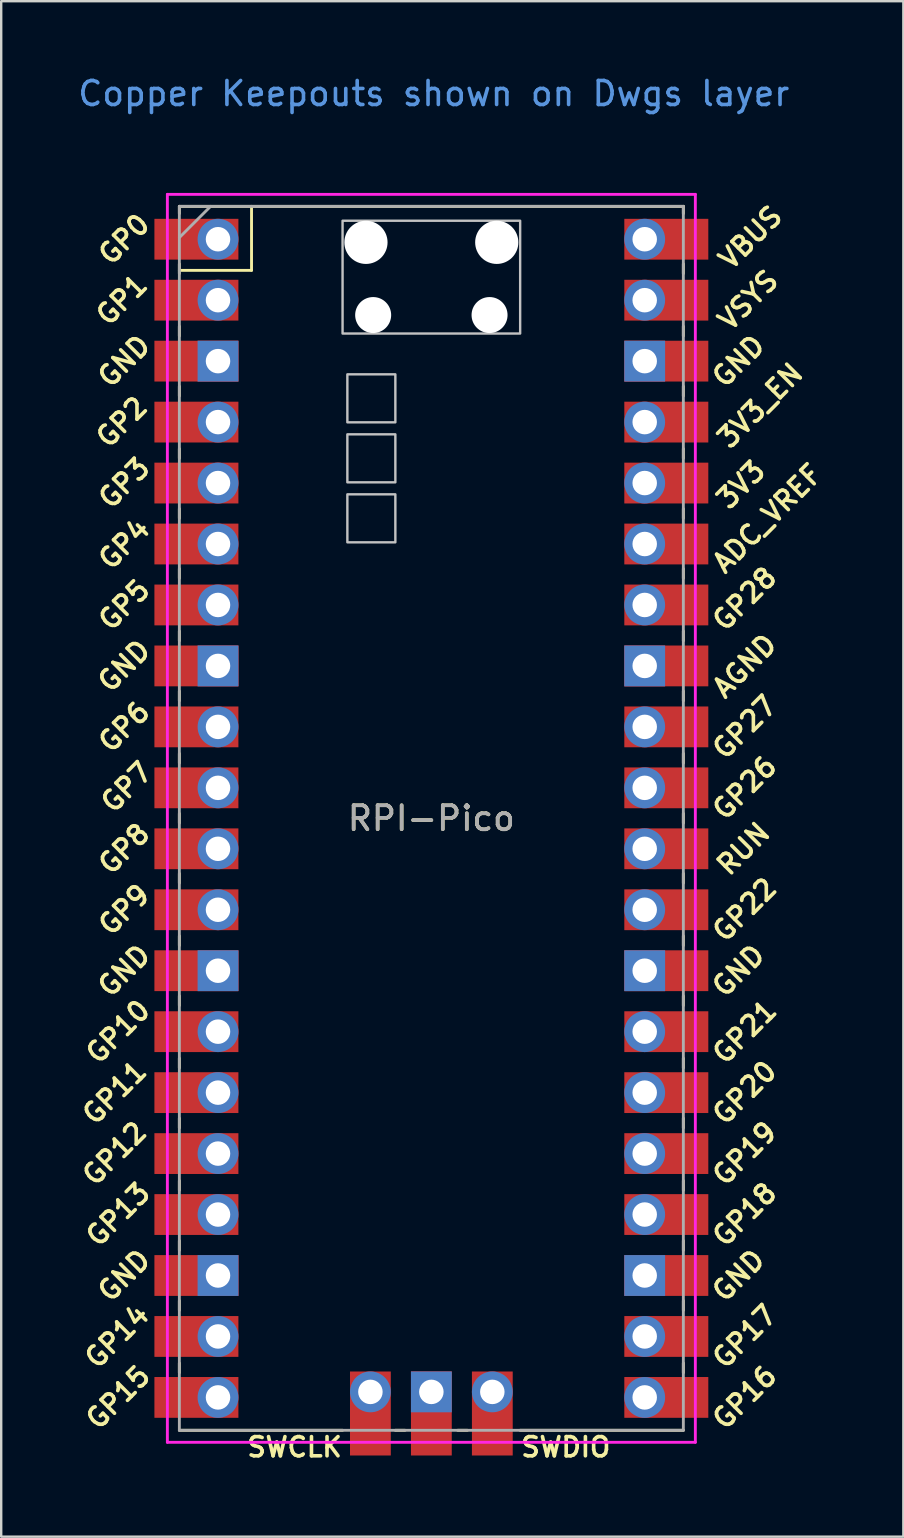
<source format=kicad_pcb>
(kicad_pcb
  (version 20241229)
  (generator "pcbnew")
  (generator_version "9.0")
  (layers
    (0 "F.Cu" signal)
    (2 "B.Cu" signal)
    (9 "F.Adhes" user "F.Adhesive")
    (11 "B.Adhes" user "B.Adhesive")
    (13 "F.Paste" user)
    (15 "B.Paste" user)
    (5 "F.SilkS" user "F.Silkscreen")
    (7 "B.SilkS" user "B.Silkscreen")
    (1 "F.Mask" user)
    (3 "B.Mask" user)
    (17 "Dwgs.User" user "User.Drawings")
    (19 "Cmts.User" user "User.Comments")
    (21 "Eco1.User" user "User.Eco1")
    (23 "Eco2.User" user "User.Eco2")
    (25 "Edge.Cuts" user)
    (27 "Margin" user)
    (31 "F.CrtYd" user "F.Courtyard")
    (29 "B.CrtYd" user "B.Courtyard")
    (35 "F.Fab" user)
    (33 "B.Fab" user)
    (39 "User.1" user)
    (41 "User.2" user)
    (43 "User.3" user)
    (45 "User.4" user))
  (footprint "RPI-Pico"
    (layer "F.Cu")
    (at 14.924 31.048)
    (property "Reference" "RPI-Pico" (at 0 0 0) (layer "F.SilkS") (effects (font (size 1 1) (thickness 0.15))))
    (attr through_hole)
    (fp_line (start -10.5 -25.5) (end -10.5 -25.2) (stroke (width 0.12) (type solid)) (layer "F.SilkS"))
    (fp_line (start -10.5 -25.5) (end 10.5 -25.5) (stroke (width 0.12) (type solid)) (layer "F.SilkS"))
    (fp_line (start -10.5 -23.1) (end -10.5 -22.7) (stroke (width 0.12) (type solid)) (layer "F.SilkS"))
    (fp_line (start -10.5 -22.833) (end -7.493 -22.833) (stroke (width 0.12) (type solid)) (layer "F.SilkS"))
    (fp_line (start -10.5 -20.5) (end -10.5 -20.1) (stroke (width 0.12) (type solid)) (layer "F.SilkS"))
    (fp_line (start -10.5 -18) (end -10.5 -17.6) (stroke (width 0.12) (type solid)) (layer "F.SilkS"))
    (fp_line (start -10.5 -15.4) (end -10.5 -15) (stroke (width 0.12) (type solid)) (layer "F.SilkS"))
    (fp_line (start -10.5 -12.9) (end -10.5 -12.5) (stroke (width 0.12) (type solid)) (layer "F.SilkS"))
    (fp_line (start -10.5 -10.4) (end -10.5 -10) (stroke (width 0.12) (type solid)) (layer "F.SilkS"))
    (fp_line (start -10.5 -7.8) (end -10.5 -7.4) (stroke (width 0.12) (type solid)) (layer "F.SilkS"))
    (fp_line (start -10.5 -5.3) (end -10.5 -4.9) (stroke (width 0.12) (type solid)) (layer "F.SilkS"))
    (fp_line (start -10.5 -2.7) (end -10.5 -2.3) (stroke (width 0.12) (type solid)) (layer "F.SilkS"))
    (fp_line (start -10.5 -0.2) (end -10.5 0.2) (stroke (width 0.12) (type solid)) (layer "F.SilkS"))
    (fp_line (start -10.5 2.3) (end -10.5 2.7) (stroke (width 0.12) (type solid)) (layer "F.SilkS"))
    (fp_line (start -10.5 4.9) (end -10.5 5.3) (stroke (width 0.12) (type solid)) (layer "F.SilkS"))
    (fp_line (start -10.5 7.4) (end -10.5 7.8) (stroke (width 0.12) (type solid)) (layer "F.SilkS"))
    (fp_line (start -10.5 10) (end -10.5 10.4) (stroke (width 0.12) (type solid)) (layer "F.SilkS"))
    (fp_line (start -10.5 12.5) (end -10.5 12.9) (stroke (width 0.12) (type solid)) (layer "F.SilkS"))
    (fp_line (start -10.5 15.1) (end -10.5 15.5) (stroke (width 0.12) (type solid)) (layer "F.SilkS"))
    (fp_line (start -10.5 17.6) (end -10.5 18) (stroke (width 0.12) (type solid)) (layer "F.SilkS"))
    (fp_line (start -10.5 20.1) (end -10.5 20.5) (stroke (width 0.12) (type solid)) (layer "F.SilkS"))
    (fp_line (start -10.5 22.7) (end -10.5 23.1) (stroke (width 0.12) (type solid)) (layer "F.SilkS"))
    (fp_line (start -7.493 -22.833) (end -7.493 -25.5) (stroke (width 0.12) (type solid)) (layer "F.SilkS"))
    (fp_line (start -3.7 25.5) (end -10.5 25.5) (stroke (width 0.12) (type solid)) (layer "F.SilkS"))
    (fp_line (start -1.5 25.5) (end -1.1 25.5) (stroke (width 0.12) (type solid)) (layer "F.SilkS"))
    (fp_line (start 1.1 25.5) (end 1.5 25.5) (stroke (width 0.12) (type solid)) (layer "F.SilkS"))
    (fp_line (start 10.5 -25.5) (end 10.5 -25.2) (stroke (width 0.12) (type solid)) (layer "F.SilkS"))
    (fp_line (start 10.5 -23.1) (end 10.5 -22.7) (stroke (width 0.12) (type solid)) (layer "F.SilkS"))
    (fp_line (start 10.5 -20.5) (end 10.5 -20.1) (stroke (width 0.12) (type solid)) (layer "F.SilkS"))
    (fp_line (start 10.5 -18) (end 10.5 -17.6) (stroke (width 0.12) (type solid)) (layer "F.SilkS"))
    (fp_line (start 10.5 -15.4) (end 10.5 -15) (stroke (width 0.12) (type solid)) (layer "F.SilkS"))
    (fp_line (start 10.5 -12.9) (end 10.5 -12.5) (stroke (width 0.12) (type solid)) (layer "F.SilkS"))
    (fp_line (start 10.5 -10.4) (end 10.5 -10) (stroke (width 0.12) (type solid)) (layer "F.SilkS"))
    (fp_line (start 10.5 -7.8) (end 10.5 -7.4) (stroke (width 0.12) (type solid)) (layer "F.SilkS"))
    (fp_line (start 10.5 -5.3) (end 10.5 -4.9) (stroke (width 0.12) (type solid)) (layer "F.SilkS"))
    (fp_line (start 10.5 -2.7) (end 10.5 -2.3) (stroke (width 0.12) (type solid)) (layer "F.SilkS"))
    (fp_line (start 10.5 -0.2) (end 10.5 0.2) (stroke (width 0.12) (type solid)) (layer "F.SilkS"))
    (fp_line (start 10.5 2.3) (end 10.5 2.7) (stroke (width 0.12) (type solid)) (layer "F.SilkS"))
    (fp_line (start 10.5 4.9) (end 10.5 5.3) (stroke (width 0.12) (type solid)) (layer "F.SilkS"))
    (fp_line (start 10.5 7.4) (end 10.5 7.8) (stroke (width 0.12) (type solid)) (layer "F.SilkS"))
    (fp_line (start 10.5 10) (end 10.5 10.4) (stroke (width 0.12) (type solid)) (layer "F.SilkS"))
    (fp_line (start 10.5 12.5) (end 10.5 12.9) (stroke (width 0.12) (type solid)) (layer "F.SilkS"))
    (fp_line (start 10.5 15.1) (end 10.5 15.5) (stroke (width 0.12) (type solid)) (layer "F.SilkS"))
    (fp_line (start 10.5 17.6) (end 10.5 18) (stroke (width 0.12) (type solid)) (layer "F.SilkS"))
    (fp_line (start 10.5 20.1) (end 10.5 20.5) (stroke (width 0.12) (type solid)) (layer "F.SilkS"))
    (fp_line (start 10.5 22.7) (end 10.5 23.1) (stroke (width 0.12) (type solid)) (layer "F.SilkS"))
    (fp_line (start 10.5 25.5) (end 3.7 25.5) (stroke (width 0.12) (type solid)) (layer "F.SilkS"))
    (fp_poly (pts (xy -1.5 -16.5) (xy -3.5 -16.5) (xy -3.5 -18.5) (xy -1.5 -18.5)) (stroke (width 0.1) (type solid)) (fill no) (layer "Dwgs.User"))
    (fp_poly (pts (xy -1.5 -14) (xy -3.5 -14) (xy -3.5 -16) (xy -1.5 -16)) (stroke (width 0.1) (type solid)) (fill no) (layer "Dwgs.User"))
    (fp_poly (pts (xy -1.5 -11.5) (xy -3.5 -11.5) (xy -3.5 -13.5) (xy -1.5 -13.5)) (stroke (width 0.1) (type solid)) (fill no) (layer "Dwgs.User"))
    (fp_poly (pts (xy 3.7 -20.2) (xy -3.7 -20.2) (xy -3.7 -24.9) (xy 3.7 -24.9)) (stroke (width 0.1) (type solid)) (fill no) (layer "Dwgs.User"))
    (fp_line (start -11 -26) (end 11 -26) (stroke (width 0.12) (type solid)) (layer "F.CrtYd"))
    (fp_line (start -11 26) (end -11 -26) (stroke (width 0.12) (type solid)) (layer "F.CrtYd"))
    (fp_line (start 11 -26) (end 11 26) (stroke (width 0.12) (type solid)) (layer "F.CrtYd"))
    (fp_line (start 11 26) (end -11 26) (stroke (width 0.12) (type solid)) (layer "F.CrtYd"))
    (fp_line (start -10.5 -25.5) (end 10.5 -25.5) (stroke (width 0.12) (type solid)) (layer "F.Fab"))
    (fp_line (start -10.5 -24.2) (end -9.2 -25.5) (stroke (width 0.12) (type solid)) (layer "F.Fab"))
    (fp_line (start -10.5 25.5) (end -10.5 -25.5) (stroke (width 0.12) (type solid)) (layer "F.Fab"))
    (fp_line (start 10.5 -25.5) (end 10.5 25.5) (stroke (width 0.12) (type solid)) (layer "F.Fab"))
    (fp_line (start 10.5 25.5) (end -10.5 25.5) (stroke (width 0.12) (type solid)) (layer "F.Fab"))
    (fp_text user "GP9" (at -12.8 3.81 45) (layer "F.SilkS") (effects (font (size 0.8 0.8) (thickness 0.15))))
    (fp_text user "GP17" (at 13.054 21.59 45) (layer "F.SilkS") (effects (font (size 0.8 0.8) (thickness 0.15))))
    (fp_text user "GP1" (at -12.9 -21.6 45) (layer "F.SilkS") (effects (font (size 0.8 0.8) (thickness 0.15))))
    (fp_text user "GND" (at 12.8 -19.05 45) (layer "F.SilkS") (effects (font (size 0.8 0.8) (thickness 0.15))))
    (fp_text user "AGND" (at 13.054 -6.35 45) (layer "F.SilkS") (effects (font (size 0.8 0.8) (thickness 0.15))))
    (fp_text user "ADC_VREF" (at 14 -12.5 45) (layer "F.SilkS") (effects (font (size 0.8 0.8) (thickness 0.15))))
    (fp_text user "GP20" (at 13.054 11.43 45) (layer "F.SilkS") (effects (font (size 0.8 0.8) (thickness 0.15))))
    (fp_text user "GP4" (at -12.8 -11.43 45) (layer "F.SilkS") (effects (font (size 0.8 0.8) (thickness 0.15))))
    (fp_text user "VBUS" (at 13.3 -24.2 45) (layer "F.SilkS") (effects (font (size 0.8 0.8) (thickness 0.15))))
    (fp_text user "GP28" (at 13.054 -9.144 45) (layer "F.SilkS") (effects (font (size 0.8 0.8) (thickness 0.15))))
    (fp_text user "3V3" (at 12.9 -13.9 45) (layer "F.SilkS") (effects (font (size 0.8 0.8) (thickness 0.15))))
    (fp_text user "GP3" (at -12.8 -13.97 45) (layer "F.SilkS") (effects (font (size 0.8 0.8) (thickness 0.15))))
    (fp_text user "GND" (at -12.8 -6.35 45) (layer "F.SilkS") (effects (font (size 0.8 0.8) (thickness 0.15))))
    (fp_text user "GP15" (at -13.054 24.13 45) (layer "F.SilkS") (effects (font (size 0.8 0.8) (thickness 0.15))))
    (fp_text user "GP0" (at -12.8 -24.13 45) (layer "F.SilkS") (effects (font (size 0.8 0.8) (thickness 0.15))))
    (fp_text user "GND" (at -12.8 6.35 45) (layer "F.SilkS") (effects (font (size 0.8 0.8) (thickness 0.15))))
    (fp_text user "GP2" (at -12.9 -16.51 45) (layer "F.SilkS") (effects (font (size 0.8 0.8) (thickness 0.15))))
    (fp_text user "GP13" (at -13.054 16.51 45) (layer "F.SilkS") (effects (font (size 0.8 0.8) (thickness 0.15))))
    (fp_text user "SWCLK" (at -5.7 26.2 0) (layer "F.SilkS") (effects (font (size 0.8 0.8) (thickness 0.15))))
    (fp_text user "RUN" (at 13 1.27 45) (layer "F.SilkS") (effects (font (size 0.8 0.8) (thickness 0.15))))
    (fp_text user "GP12" (at -13.2 13.97 45) (layer "F.SilkS") (effects (font (size 0.8 0.8) (thickness 0.15))))
    (fp_text user "GP26" (at 13.054 -1.27 45) (layer "F.SilkS") (effects (font (size 0.8 0.8) (thickness 0.15))))
    (fp_text user "GP21" (at 13.054 8.9 45) (layer "F.SilkS") (effects (font (size 0.8 0.8) (thickness 0.15))))
    (fp_text user "GP8" (at -12.8 1.27 45) (layer "F.SilkS") (effects (font (size 0.8 0.8) (thickness 0.15))))
    (fp_text user "GP22" (at 13.054 3.81 45) (layer "F.SilkS") (effects (font (size 0.8 0.8) (thickness 0.15))))
    (fp_text user "GP11" (at -13.2 11.43 45) (layer "F.SilkS") (effects (font (size 0.8 0.8) (thickness 0.15))))
    (fp_text user "GP27" (at 13.054 -3.8 45) (layer "F.SilkS") (effects (font (size 0.8 0.8) (thickness 0.15))))
    (fp_text user "GP18" (at 13.054 16.51 45) (layer "F.SilkS") (effects (font (size 0.8 0.8) (thickness 0.15))))
    (fp_text user "GND" (at -12.8 -19.05 45) (layer "F.SilkS") (effects (font (size 0.8 0.8) (thickness 0.15))))
    (fp_text user "GND" (at 12.8 6.35 45) (layer "F.SilkS") (effects (font (size 0.8 0.8) (thickness 0.15))))
    (fp_text user "GP5" (at -12.8 -8.89 45) (layer "F.SilkS") (effects (font (size 0.8 0.8) (thickness 0.15))))
    (fp_text user "GP6" (at -12.8 -3.81 45) (layer "F.SilkS") (effects (font (size 0.8 0.8) (thickness 0.15))))
    (fp_text user "GND" (at 12.8 19.05 45) (layer "F.SilkS") (effects (font (size 0.8 0.8) (thickness 0.15))))
    (fp_text user "SWDIO" (at 5.6 26.2 0) (layer "F.SilkS") (effects (font (size 0.8 0.8) (thickness 0.15))))
    (fp_text user "GP19" (at 13.054 13.97 45) (layer "F.SilkS") (effects (font (size 0.8 0.8) (thickness 0.15))))
    (fp_text user "GP10" (at -13.054 8.89 45) (layer "F.SilkS") (effects (font (size 0.8 0.8) (thickness 0.15))))
    (fp_text user "3V3_EN" (at 13.7 -17.2 45) (layer "F.SilkS") (effects (font (size 0.8 0.8) (thickness 0.15))))
    (fp_text user "GP14" (at -13.1 21.59 45) (layer "F.SilkS") (effects (font (size 0.8 0.8) (thickness 0.15))))
    (fp_text user "VSYS" (at 13.2 -21.59 45) (layer "F.SilkS") (effects (font (size 0.8 0.8) (thickness 0.15))))
    (fp_text user "GP16" (at 13.054 24.13 45) (layer "F.SilkS") (effects (font (size 0.8 0.8) (thickness 0.15))))
    (fp_text user "GP7" (at -12.7 -1.3 45) (layer "F.SilkS") (effects (font (size 0.8 0.8) (thickness 0.15))))
    (fp_text user "GND" (at -12.8 19.05 45) (layer "F.SilkS") (effects (font (size 0.8 0.8) (thickness 0.15))))
    (fp_text user "Copper Keepouts shown on Dwgs layer" (at 0.1 -30.2 0) (layer "Cmts.User") (effects (font (size 1 1) (thickness 0.15))))
    (fp_text user "${REFERENCE}" (at 0 0 180) (layer "F.Fab") (effects (font (size 1 1) (thickness 0.15))))
    (pad "" np_thru_hole oval (at -2.725 -24) (size 1.8 1.8) (drill 1.8) (layers "*.Cu" "*.Mask"))
    (pad "" np_thru_hole oval (at -2.425 -20.97) (size 1.5 1.5) (drill 1.5) (layers "*.Cu" "*.Mask"))
    (pad "" np_thru_hole oval (at 2.425 -20.97) (size 1.5 1.5) (drill 1.5) (layers "*.Cu" "*.Mask"))
    (pad "" np_thru_hole oval (at 2.725 -24) (size 1.8 1.8) (drill 1.8) (layers "*.Cu" "*.Mask"))
    (pad "1" thru_hole oval (at -8.89 -24.13) (size 1.7 1.7) (drill 1.02) (layers "*.Cu" "*.Mask"))
    (pad "1" smd rect (at -8.89 -24.13) (size 3.5 1.7) (drill (offset -0.9 0)) (layers "F.Cu" "F.Mask"))
    (pad "2" thru_hole oval (at -8.89 -21.59) (size 1.7 1.7) (drill 1.02) (layers "*.Cu" "*.Mask"))
    (pad "2" smd rect (at -8.89 -21.59) (size 3.5 1.7) (drill (offset -0.9 0)) (layers "F.Cu" "F.Mask"))
    (pad "3" thru_hole rect (at -8.89 -19.05) (size 1.7 1.7) (drill 1.02) (layers "*.Cu" "*.Mask"))
    (pad "3" smd rect (at -8.89 -19.05) (size 3.5 1.7) (drill (offset -0.9 0)) (layers "F.Cu" "F.Mask"))
    (pad "4" thru_hole oval (at -8.89 -16.51) (size 1.7 1.7) (drill 1.02) (layers "*.Cu" "*.Mask"))
    (pad "4" smd rect (at -8.89 -16.51) (size 3.5 1.7) (drill (offset -0.9 0)) (layers "F.Cu" "F.Mask"))
    (pad "5" thru_hole oval (at -8.89 -13.97) (size 1.7 1.7) (drill 1.02) (layers "*.Cu" "*.Mask"))
    (pad "5" smd rect (at -8.89 -13.97) (size 3.5 1.7) (drill (offset -0.9 0)) (layers "F.Cu" "F.Mask"))
    (pad "6" thru_hole oval (at -8.89 -11.43) (size 1.7 1.7) (drill 1.02) (layers "*.Cu" "*.Mask"))
    (pad "6" smd rect (at -8.89 -11.43) (size 3.5 1.7) (drill (offset -0.9 0)) (layers "F.Cu" "F.Mask"))
    (pad "7" thru_hole oval (at -8.89 -8.89) (size 1.7 1.7) (drill 1.02) (layers "*.Cu" "*.Mask"))
    (pad "7" smd rect (at -8.89 -8.89) (size 3.5 1.7) (drill (offset -0.9 0)) (layers "F.Cu" "F.Mask"))
    (pad "8" thru_hole rect (at -8.89 -6.35) (size 1.7 1.7) (drill 1.02) (layers "*.Cu" "*.Mask"))
    (pad "8" smd rect (at -8.89 -6.35) (size 3.5 1.7) (drill (offset -0.9 0)) (layers "F.Cu" "F.Mask"))
    (pad "9" thru_hole oval (at -8.89 -3.81) (size 1.7 1.7) (drill 1.02) (layers "*.Cu" "*.Mask"))
    (pad "9" smd rect (at -8.89 -3.81) (size 3.5 1.7) (drill (offset -0.9 0)) (layers "F.Cu" "F.Mask"))
    (pad "10" thru_hole oval (at -8.89 -1.27) (size 1.7 1.7) (drill 1.02) (layers "*.Cu" "*.Mask"))
    (pad "10" smd rect (at -8.89 -1.27) (size 3.5 1.7) (drill (offset -0.9 0)) (layers "F.Cu" "F.Mask"))
    (pad "11" thru_hole oval (at -8.89 1.27) (size 1.7 1.7) (drill 1.02) (layers "*.Cu" "*.Mask"))
    (pad "11" smd rect (at -8.89 1.27) (size 3.5 1.7) (drill (offset -0.9 0)) (layers "F.Cu" "F.Mask"))
    (pad "12" thru_hole oval (at -8.89 3.81) (size 1.7 1.7) (drill 1.02) (layers "*.Cu" "*.Mask"))
    (pad "12" smd rect (at -8.89 3.81) (size 3.5 1.7) (drill (offset -0.9 0)) (layers "F.Cu" "F.Mask"))
    (pad "13" thru_hole rect (at -8.89 6.35) (size 1.7 1.7) (drill 1.02) (layers "*.Cu" "*.Mask"))
    (pad "13" smd rect (at -8.89 6.35) (size 3.5 1.7) (drill (offset -0.9 0)) (layers "F.Cu" "F.Mask"))
    (pad "14" thru_hole oval (at -8.89 8.89) (size 1.7 1.7) (drill 1.02) (layers "*.Cu" "*.Mask"))
    (pad "14" smd rect (at -8.89 8.89) (size 3.5 1.7) (drill (offset -0.9 0)) (layers "F.Cu" "F.Mask"))
    (pad "15" thru_hole oval (at -8.89 11.43) (size 1.7 1.7) (drill 1.02) (layers "*.Cu" "*.Mask"))
    (pad "15" smd rect (at -8.89 11.43) (size 3.5 1.7) (drill (offset -0.9 0)) (layers "F.Cu" "F.Mask"))
    (pad "16" thru_hole oval (at -8.89 13.97) (size 1.7 1.7) (drill 1.02) (layers "*.Cu" "*.Mask"))
    (pad "16" smd rect (at -8.89 13.97) (size 3.5 1.7) (drill (offset -0.9 0)) (layers "F.Cu" "F.Mask"))
    (pad "17" thru_hole oval (at -8.89 16.51) (size 1.7 1.7) (drill 1.02) (layers "*.Cu" "*.Mask"))
    (pad "17" smd rect (at -8.89 16.51) (size 3.5 1.7) (drill (offset -0.9 0)) (layers "F.Cu" "F.Mask"))
    (pad "18" thru_hole rect (at -8.89 19.05) (size 1.7 1.7) (drill 1.02) (layers "*.Cu" "*.Mask"))
    (pad "18" smd rect (at -8.89 19.05) (size 3.5 1.7) (drill (offset -0.9 0)) (layers "F.Cu" "F.Mask"))
    (pad "19" thru_hole oval (at -8.89 21.59) (size 1.7 1.7) (drill 1.02) (layers "*.Cu" "*.Mask"))
    (pad "19" smd rect (at -8.89 21.59) (size 3.5 1.7) (drill (offset -0.9 0)) (layers "F.Cu" "F.Mask"))
    (pad "20" thru_hole oval (at -8.89 24.13) (size 1.7 1.7) (drill 1.02) (layers "*.Cu" "*.Mask"))
    (pad "20" smd rect (at -8.89 24.13) (size 3.5 1.7) (drill (offset -0.9 0)) (layers "F.Cu" "F.Mask"))
    (pad "21" thru_hole oval (at 8.89 24.13) (size 1.7 1.7) (drill 1.02) (layers "*.Cu" "*.Mask"))
    (pad "21" smd rect (at 8.89 24.13) (size 3.5 1.7) (drill (offset 0.9 0)) (layers "F.Cu" "F.Mask"))
    (pad "22" thru_hole oval (at 8.89 21.59) (size 1.7 1.7) (drill 1.02) (layers "*.Cu" "*.Mask"))
    (pad "22" smd rect (at 8.89 21.59) (size 3.5 1.7) (drill (offset 0.9 0)) (layers "F.Cu" "F.Mask"))
    (pad "23" thru_hole rect (at 8.89 19.05) (size 1.7 1.7) (drill 1.02) (layers "*.Cu" "*.Mask"))
    (pad "23" smd rect (at 8.89 19.05) (size 3.5 1.7) (drill (offset 0.9 0)) (layers "F.Cu" "F.Mask"))
    (pad "24" thru_hole oval (at 8.89 16.51) (size 1.7 1.7) (drill 1.02) (layers "*.Cu" "*.Mask"))
    (pad "24" smd rect (at 8.89 16.51) (size 3.5 1.7) (drill (offset 0.9 0)) (layers "F.Cu" "F.Mask"))
    (pad "25" thru_hole oval (at 8.89 13.97) (size 1.7 1.7) (drill 1.02) (layers "*.Cu" "*.Mask"))
    (pad "25" smd rect (at 8.89 13.97) (size 3.5 1.7) (drill (offset 0.9 0)) (layers "F.Cu" "F.Mask"))
    (pad "26" thru_hole oval (at 8.89 11.43) (size 1.7 1.7) (drill 1.02) (layers "*.Cu" "*.Mask"))
    (pad "26" smd rect (at 8.89 11.43) (size 3.5 1.7) (drill (offset 0.9 0)) (layers "F.Cu" "F.Mask"))
    (pad "27" thru_hole oval (at 8.89 8.89) (size 1.7 1.7) (drill 1.02) (layers "*.Cu" "*.Mask"))
    (pad "27" smd rect (at 8.89 8.89) (size 3.5 1.7) (drill (offset 0.9 0)) (layers "F.Cu" "F.Mask"))
    (pad "28" thru_hole rect (at 8.89 6.35) (size 1.7 1.7) (drill 1.02) (layers "*.Cu" "*.Mask"))
    (pad "28" smd rect (at 8.89 6.35) (size 3.5 1.7) (drill (offset 0.9 0)) (layers "F.Cu" "F.Mask"))
    (pad "29" thru_hole oval (at 8.89 3.81) (size 1.7 1.7) (drill 1.02) (layers "*.Cu" "*.Mask"))
    (pad "29" smd rect (at 8.89 3.81) (size 3.5 1.7) (drill (offset 0.9 0)) (layers "F.Cu" "F.Mask"))
    (pad "30" thru_hole oval (at 8.89 1.27) (size 1.7 1.7) (drill 1.02) (layers "*.Cu" "*.Mask"))
    (pad "30" smd rect (at 8.89 1.27) (size 3.5 1.7) (drill (offset 0.9 0)) (layers "F.Cu" "F.Mask"))
    (pad "31" thru_hole oval (at 8.89 -1.27) (size 1.7 1.7) (drill 1.02) (layers "*.Cu" "*.Mask"))
    (pad "31" smd rect (at 8.89 -1.27) (size 3.5 1.7) (drill (offset 0.9 0)) (layers "F.Cu" "F.Mask"))
    (pad "32" thru_hole oval (at 8.89 -3.81) (size 1.7 1.7) (drill 1.02) (layers "*.Cu" "*.Mask"))
    (pad "32" smd rect (at 8.89 -3.81) (size 3.5 1.7) (drill (offset 0.9 0)) (layers "F.Cu" "F.Mask"))
    (pad "33" thru_hole rect (at 8.89 -6.35) (size 1.7 1.7) (drill 1.02) (layers "*.Cu" "*.Mask"))
    (pad "33" smd rect (at 8.89 -6.35) (size 3.5 1.7) (drill (offset 0.9 0)) (layers "F.Cu" "F.Mask"))
    (pad "34" thru_hole oval (at 8.89 -8.89) (size 1.7 1.7) (drill 1.02) (layers "*.Cu" "*.Mask"))
    (pad "34" smd rect (at 8.89 -8.89) (size 3.5 1.7) (drill (offset 0.9 0)) (layers "F.Cu" "F.Mask"))
    (pad "35" thru_hole oval (at 8.89 -11.43) (size 1.7 1.7) (drill 1.02) (layers "*.Cu" "*.Mask"))
    (pad "35" smd rect (at 8.89 -11.43) (size 3.5 1.7) (drill (offset 0.9 0)) (layers "F.Cu" "F.Mask"))
    (pad "36" thru_hole oval (at 8.89 -13.97) (size 1.7 1.7) (drill 1.02) (layers "*.Cu" "*.Mask"))
    (pad "36" smd rect (at 8.89 -13.97) (size 3.5 1.7) (drill (offset 0.9 0)) (layers "F.Cu" "F.Mask"))
    (pad "37" thru_hole oval (at 8.89 -16.51) (size 1.7 1.7) (drill 1.02) (layers "*.Cu" "*.Mask"))
    (pad "37" smd rect (at 8.89 -16.51) (size 3.5 1.7) (drill (offset 0.9 0)) (layers "F.Cu" "F.Mask"))
    (pad "38" thru_hole rect (at 8.89 -19.05) (size 1.7 1.7) (drill 1.02) (layers "*.Cu" "*.Mask"))
    (pad "38" smd rect (at 8.89 -19.05) (size 3.5 1.7) (drill (offset 0.9 0)) (layers "F.Cu" "F.Mask"))
    (pad "39" thru_hole oval (at 8.89 -21.59) (size 1.7 1.7) (drill 1.02) (layers "*.Cu" "*.Mask"))
    (pad "39" smd rect (at 8.89 -21.59) (size 3.5 1.7) (drill (offset 0.9 0)) (layers "F.Cu" "F.Mask"))
    (pad "40" thru_hole oval (at 8.89 -24.13) (size 1.7 1.7) (drill 1.02) (layers "*.Cu" "*.Mask"))
    (pad "40" smd rect (at 8.89 -24.13) (size 3.5 1.7) (drill (offset 0.9 0)) (layers "F.Cu" "F.Mask"))
    (pad "41" thru_hole oval (at -2.54 23.9) (size 1.7 1.7) (drill 1.02) (layers "*.Cu" "*.Mask"))
    (pad "41" smd rect (at -2.54 23.9 90) (size 3.5 1.7) (drill (offset -0.9 0)) (layers "F.Cu" "F.Mask"))
    (pad "42" thru_hole rect (at 0 23.9) (size 1.7 1.7) (drill 1.02) (layers "*.Cu" "*.Mask"))
    (pad "42" smd rect (at 0 23.9 90) (size 3.5 1.7) (drill (offset -0.9 0)) (layers "F.Cu" "F.Mask"))
    (pad "43" thru_hole oval (at 2.54 23.9) (size 1.7 1.7) (drill 1.02) (layers "*.Cu" "*.Mask"))
    (pad "43" smd rect (at 2.54 23.9 90) (size 3.5 1.7) (drill (offset -0.9 0)) (layers "F.Cu" "F.Mask")))
  (gr_rect
    (start -3 -3)
    (end 34.591 60.98)
    (stroke (width 0.1) (type default))
    (fill no)
    (layer "Edge.Cuts")))
</source>
